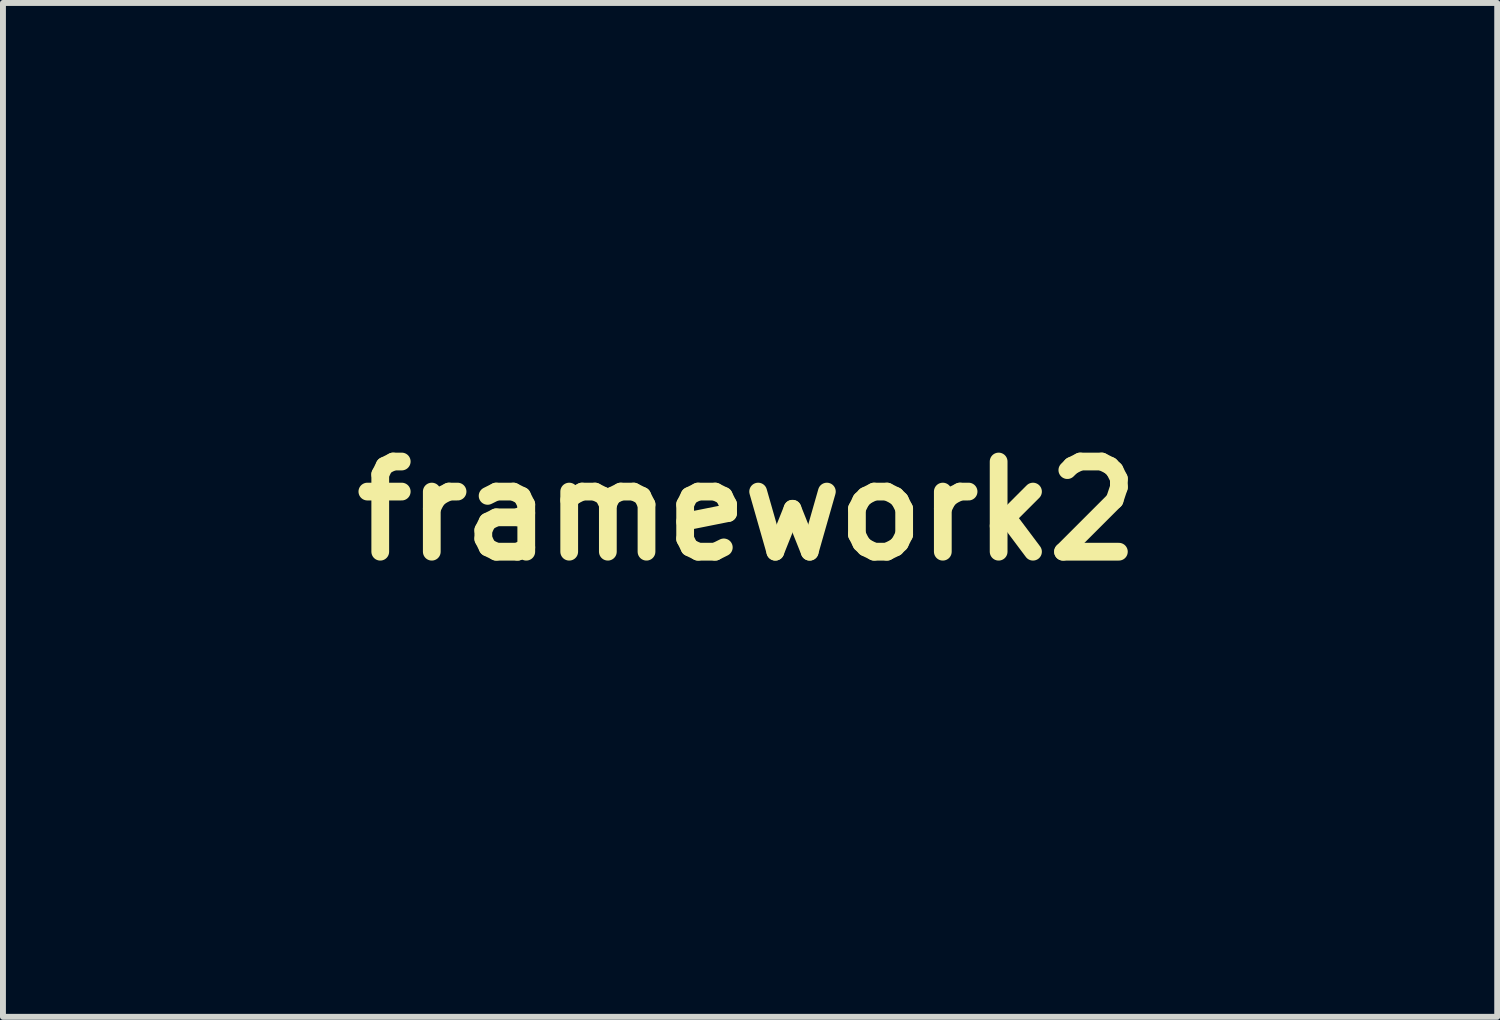
<source format=kicad_pcb>
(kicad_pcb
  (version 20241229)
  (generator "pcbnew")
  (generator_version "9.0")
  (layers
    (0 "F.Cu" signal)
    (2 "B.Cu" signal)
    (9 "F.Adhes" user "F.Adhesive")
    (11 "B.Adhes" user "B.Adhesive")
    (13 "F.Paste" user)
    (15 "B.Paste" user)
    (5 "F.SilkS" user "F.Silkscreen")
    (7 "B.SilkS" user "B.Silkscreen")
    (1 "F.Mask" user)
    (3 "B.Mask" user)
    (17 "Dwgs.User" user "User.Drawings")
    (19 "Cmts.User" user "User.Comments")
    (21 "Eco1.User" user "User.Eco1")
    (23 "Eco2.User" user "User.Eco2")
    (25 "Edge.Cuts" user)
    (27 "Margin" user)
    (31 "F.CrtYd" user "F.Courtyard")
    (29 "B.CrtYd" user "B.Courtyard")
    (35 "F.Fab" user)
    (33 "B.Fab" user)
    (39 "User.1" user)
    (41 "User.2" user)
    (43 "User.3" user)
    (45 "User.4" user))
  (footprint "framework2"
    (layer "F.Cu")
    (at 9.581 5.584)
    (property "Reference" "framework2" (at 0 0 0) (layer "F.SilkS") (effects (font (size 1.524 1.524) (thickness 0.3))))
    (attr through_hole)
    (fp_poly (pts (xy -7.227 -5.573) (xy -7.043 -5.515) (xy -6.969 -5.37) (xy -6.956 -5.072) (xy -6.959 -5.029) (xy -6.982 -4.78) (xy -7.032 -4.653) (xy -7.137 -4.601) (xy -7.239 -4.586) (xy -7.513 -4.517) (xy -7.658 -4.365) (xy -7.704 -4.095) (xy -7.705 -4.057) (xy -7.705 -3.731) (xy -6.054 -3.683) (xy -6.027 -3.31) (xy -6 -2.937) (xy -5.84 -3.2) (xy -5.559 -3.503) (xy -5.144 -3.708) (xy -4.932 -3.764) (xy -4.745 -3.793) (xy -4.67 -3.742) (xy -4.657 -3.575) (xy -4.657 -3.569) (xy -4.657 -3.314) (xy -4.289 -3.52) (xy -3.834 -3.7) (xy -3.326 -3.781) (xy -2.81 -3.767) (xy -2.328 -3.66) (xy -1.926 -3.465) (xy -1.753 -3.32) (xy -1.623 -3.166) (xy -1.525 -2.994) (xy -1.453 -2.779) (xy -1.405 -2.497) (xy -1.375 -2.122) (xy -1.359 -1.63) (xy -1.355 -0.996) (xy -1.355 -0.911) (xy -1.355 0.677) (xy -2.194 0.677) (xy -2.373 1.278) (xy -2.453 1.574) (xy -2.501 1.804) (xy -2.507 1.922) (xy -2.504 1.927) (xy -2.463 1.902) (xy -2.455 1.829) (xy -2.394 1.687) (xy -2.234 1.479) (xy -2.012 1.243) (xy -1.765 1.014) (xy -1.531 0.828) (xy -1.346 0.722) (xy -1.322 0.714) (xy -1.101 0.659) (xy -1.101 -0.98) (xy 0.101 -0.98) (xy 0.104 -0.79) (xy 0.127 0.532) (xy 0.481 0.636) (xy 0.79 0.752) (xy 1.091 0.9) (xy 1.131 0.924) (xy 1.411 1.161) (xy 1.679 1.495) (xy 1.891 1.861) (xy 1.998 2.171) (xy 2.042 2.361) (xy 2.08 2.454) (xy 2.084 2.455) (xy 2.097 2.376) (xy 2.108 2.163) (xy 2.115 1.851) (xy 2.117 1.589) (xy 6.265 1.589) (xy 6.268 1.987) (xy 6.274 2.312) (xy 6.283 2.532) (xy 6.295 2.618) (xy 6.296 2.618) (xy 6.359 2.542) (xy 6.507 2.362) (xy 6.719 2.104) (xy 6.973 1.795) (xy 6.987 1.778) (xy 7.253 1.453) (xy 7.49 1.166) (xy 7.672 0.947) (xy 7.771 0.828) (xy 7.831 0.744) (xy 7.799 0.708) (xy 7.647 0.711) (xy 7.482 0.728) (xy 7.017 0.722) (xy 6.668 0.649) (xy 6.265 0.525) (xy 6.265 1.589) (xy 2.117 1.589) (xy 2.117 1.566) (xy 2.117 0.677) (xy 1.524 0.677) (xy 1.524 -0.893) (xy 1.523 -1.444) (xy 1.52 -1.853) (xy 1.509 -2.143) (xy 1.49 -2.341) (xy 1.48 -2.384) (xy 2.709 -2.384) (xy 2.709 0.583) (xy 3.429 0.635) (xy 3.455 1.051) (xy 3.482 1.467) (xy 3.641 1.205) (xy 3.791 1.004) (xy 3.942 0.867) (xy 3.954 0.861) (xy 4.006 0.822) (xy 4.044 0.753) (xy 4.068 0.632) (xy 4.081 0.436) (xy 4.084 0.141) (xy 4.078 -0.276) (xy 4.065 -0.837) (xy 4.064 -0.878) (xy 4.047 -1.485) (xy 4.026 -1.945) (xy 4.015 -2.077) (xy 6.435 -2.077) (xy 6.513 -2.058) (xy 6.726 -2.043) (xy 7.035 -2.034) (xy 7.281 -2.032) (xy 7.674 -2.036) (xy 7.926 -2.051) (xy 8.066 -2.081) (xy 8.122 -2.13) (xy 8.128 -2.163) (xy 8.072 -2.388) (xy 7.937 -2.639) (xy 7.77 -2.834) (xy 7.709 -2.876) (xy 7.399 -2.958) (xy 7.065 -2.919) (xy 6.868 -2.825) (xy 6.723 -2.672) (xy 6.574 -2.444) (xy 6.465 -2.212) (xy 6.435 -2.077) (xy 4.015 -2.077) (xy 3.996 -2.28) (xy 3.95 -2.512) (xy 3.882 -2.663) (xy 3.784 -2.754) (xy 3.652 -2.808) (xy 3.495 -2.844) (xy 3.295 -2.859) (xy 3.13 -2.786) (xy 2.967 -2.641) (xy 2.709 -2.384) (xy 1.48 -2.384) (xy 1.458 -2.473) (xy 1.411 -2.564) (xy 1.346 -2.641) (xy 1.316 -2.671) (xy 1.081 -2.838) (xy 0.82 -2.867) (xy 0.552 -2.795) (xy 0.388 -2.703) (xy 0.266 -2.555) (xy 0.181 -2.33) (xy 0.128 -2.007) (xy 0.103 -1.564) (xy 0.101 -0.98) (xy -1.101 -0.98) (xy -1.101 -3.725) (xy 0.085 -3.725) (xy 0.085 -3.202) (xy 0.341 -3.418) (xy 0.692 -3.632) (xy 1.114 -3.773) (xy 1.421 -3.81) (xy 1.744 -3.749) (xy 2.073 -3.593) (xy 2.324 -3.382) (xy 2.339 -3.363) (xy 2.498 -3.152) (xy 2.771 -3.392) (xy 3.205 -3.669) (xy 3.682 -3.788) (xy 4.177 -3.745) (xy 4.46 -3.646) (xy 4.741 -3.483) (xy 4.941 -3.269) (xy 5.087 -2.964) (xy 5.204 -2.529) (xy 5.204 -2.529) (xy 5.262 -2.285) (xy 5.306 -2.153) (xy 5.327 -2.158) (xy 5.327 -2.164) (xy 5.394 -2.44) (xy 5.551 -2.769) (xy 5.764 -3.092) (xy 5.996 -3.351) (xy 6.084 -3.421) (xy 6.566 -3.662) (xy 7.1 -3.774) (xy 7.645 -3.76) (xy 8.16 -3.619) (xy 8.601 -3.354) (xy 8.615 -3.343) (xy 8.929 -2.991) (xy 9.142 -2.551) (xy 9.267 -1.993) (xy 9.288 -1.808) (xy 9.338 -1.27) (xy 7.886 -1.27) (xy 7.359 -1.269) (xy 6.978 -1.265) (xy 6.72 -1.254) (xy 6.559 -1.235) (xy 6.474 -1.203) (xy 6.441 -1.157) (xy 6.435 -1.096) (xy 6.497 -0.823) (xy 6.655 -0.534) (xy 6.862 -0.312) (xy 6.876 -0.301) (xy 7.182 -0.182) (xy 7.52 -0.196) (xy 7.833 -0.332) (xy 8.027 -0.521) (xy 8.127 -0.611) (xy 8.297 -0.659) (xy 8.579 -0.677) (xy 8.689 -0.677) (xy 8.984 -0.674) (xy 9.143 -0.656) (xy 9.201 -0.609) (xy 9.192 -0.52) (xy 9.182 -0.487) (xy 9.039 -0.196) (xy 8.804 0.11) (xy 8.533 0.364) (xy 8.441 0.427) (xy 8.181 0.585) (xy 8.828 0.61) (xy 9.475 0.635) (xy 8.63 1.54) (xy 7.785 2.445) (xy 8.532 3.656) (xy 8.797 4.086) (xy 9.045 4.49) (xy 9.257 4.835) (xy 9.413 5.088) (xy 9.473 5.186) (xy 9.666 5.503) (xy 8.146 5.503) (xy 6.902 3.308) (xy 6.584 3.618) (xy 6.265 3.929) (xy 6.265 5.503) (xy 4.911 5.503) (xy 4.911 1.756) (xy 4.551 1.814) (xy 4.126 1.935) (xy 3.813 2.157) (xy 3.663 2.347) (xy 3.606 2.457) (xy 3.564 2.61) (xy 3.534 2.831) (xy 3.512 3.148) (xy 3.496 3.586) (xy 3.486 4.039) (xy 3.457 5.503) (xy 2.117 5.503) (xy 2.111 4.551) (xy 2.108 4.141) (xy 2.102 3.883) (xy 2.089 3.76) (xy 2.066 3.755) (xy 2.028 3.85) (xy 1.985 3.987) (xy 1.794 4.391) (xy 1.491 4.792) (xy 1.124 5.134) (xy 0.815 5.329) (xy 0.385 5.472) (xy -0.127 5.545) (xy -0.644 5.542) (xy -1.032 5.475) (xy -1.602 5.234) (xy -2.06 4.869) (xy -2.402 4.387) (xy -2.622 3.797) (xy -2.714 3.106) (xy -2.715 3.048) (xy -1.345 3.048) (xy -1.311 3.448) (xy -1.237 3.801) (xy -1.129 4.047) (xy -1.127 4.051) (xy -0.823 4.342) (xy -0.462 4.497) (xy -0.079 4.506) (xy 0.275 4.371) (xy 0.487 4.149) (xy 0.643 3.81) (xy 0.736 3.395) (xy 0.76 2.948) (xy 0.71 2.512) (xy 0.591 2.156) (xy 0.361 1.844) (xy 0.058 1.659) (xy -0.282 1.598) (xy -0.625 1.658) (xy -0.936 1.836) (xy -1.179 2.128) (xy -1.275 2.343) (xy -1.335 2.66) (xy -1.345 3.048) (xy -2.715 3.048) (xy -2.716 3.013) (xy -2.723 2.498) (xy -2.934 3.175) (xy -3.058 3.575) (xy -3.205 4.054) (xy -3.35 4.527) (xy -3.396 4.678) (xy -3.648 5.503) (xy -5.068 5.503) (xy -5.203 4.889) (xy -5.275 4.561) (xy -5.371 4.125) (xy -5.478 3.639) (xy -5.581 3.175) (xy -5.672 2.783) (xy -5.754 2.472) (xy -5.819 2.267) (xy -5.86 2.194) (xy -5.866 2.201) (xy -5.905 2.349) (xy -5.962 2.602) (xy -6.011 2.836) (xy -6.071 3.12) (xy -6.159 3.516) (xy -6.262 3.971) (xy -6.367 4.427) (xy -6.621 5.51) (xy -8.08 5.461) (xy -9.417 0.783) (xy -8.021 0.783) (xy -7.992 0.897) (xy -7.934 1.148) (xy -7.854 1.507) (xy -7.76 1.946) (xy -7.67 2.371) (xy -7.565 2.864) (xy -7.47 3.313) (xy -7.391 3.685) (xy -7.333 3.949) (xy -7.307 4.064) (xy -7.291 4.14) (xy -7.277 4.192) (xy -7.262 4.204) (xy -7.238 4.158) (xy -7.203 4.035) (xy -7.149 3.819) (xy -7.072 3.492) (xy -6.968 3.036) (xy -6.83 2.432) (xy -6.825 2.413) (xy -6.719 1.953) (xy -6.623 1.535) (xy -6.543 1.194) (xy -6.489 0.967) (xy -6.475 0.91) (xy -6.448 0.768) (xy -6.489 0.7) (xy -6.634 0.679) (xy -6.806 0.677) (xy -7.197 0.677) (xy -7.197 -0.605) (xy -6.011 -0.605) (xy -6.011 0.584) (xy -5.572 0.609) (xy -5.132 0.635) (xy -4.746 2.39) (xy -4.611 2.987) (xy -4.495 3.457) (xy -4.403 3.788) (xy -4.337 3.971) (xy -4.299 3.998) (xy -4.261 3.871) (xy -4.194 3.609) (xy -4.105 3.239) (xy -4 2.792) (xy -3.914 2.413) (xy -2.709 2.413) (xy -2.667 2.455) (xy -2.625 2.413) (xy -2.667 2.371) (xy -2.709 2.413) (xy -3.914 2.413) (xy -3.897 2.338) (xy -3.789 1.856) (xy -3.695 1.434) (xy -3.621 1.098) (xy -3.572 0.876) (xy -3.556 0.793) (xy -3.628 0.768) (xy -3.737 0.762) (xy -4.208 0.687) (xy -4.453 0.558) (xy -2.852 0.558) (xy -2.816 0.589) (xy -2.683 0.593) (xy -2.501 0.551) (xy -2.455 0.466) (xy -2.491 0.356) (xy -2.607 0.376) (xy -2.747 0.468) (xy -2.852 0.558) (xy -4.453 0.558) (xy -4.606 0.478) (xy -4.911 0.161) (xy -5.1 -0.238) (xy -5.15 -0.677) (xy -3.979 -0.677) (xy -3.911 -0.389) (xy -3.73 -0.19) (xy -3.475 -0.091) (xy -3.184 -0.104) (xy -2.896 -0.239) (xy -2.787 -0.332) (xy -2.608 -0.564) (xy -2.543 -0.823) (xy -2.54 -0.925) (xy -2.54 -1.27) (xy -3.09 -1.27) (xy -3.51 -1.235) (xy -3.789 -1.122) (xy -3.94 -0.924) (xy -3.979 -0.677) (xy -5.15 -0.677) (xy -5.152 -0.692) (xy -5.128 -0.887) (xy -4.975 -1.286) (xy -4.682 -1.599) (xy -4.245 -1.825) (xy -3.664 -1.966) (xy -3.239 -2.011) (xy -2.54 -2.056) (xy -2.54 -2.34) (xy -2.612 -2.649) (xy -2.805 -2.867) (xy -3.091 -2.962) (xy -3.138 -2.963) (xy -3.493 -2.902) (xy -3.734 -2.719) (xy -3.813 -2.573) (xy -3.87 -2.458) (xy -3.958 -2.398) (xy -4.122 -2.379) (xy -4.409 -2.387) (xy -4.423 -2.388) (xy -4.742 -2.416) (xy -4.905 -2.466) (xy -4.932 -2.519) (xy -4.977 -2.603) (xy -5.133 -2.618) (xy -5.354 -2.564) (xy -5.496 -2.501) (xy -5.683 -2.376) (xy -5.82 -2.202) (xy -5.915 -1.957) (xy -5.974 -1.615) (xy -6.004 -1.152) (xy -6.011 -0.605) (xy -7.197 -0.605) (xy -7.197 -2.794) (xy -7.705 -2.794) (xy -7.705 -1.058) (xy -7.705 -0.475) (xy -7.708 -0.04) (xy -7.716 0.269) (xy -7.731 0.473) (xy -7.754 0.595) (xy -7.79 0.655) (xy -7.838 0.675) (xy -7.883 0.677) (xy -8.013 0.717) (xy -8.021 0.783) (xy -9.417 0.783) (xy -9.459 0.635) (xy -9.175 0.609) (xy -8.89 0.582) (xy -8.89 -2.784) (xy -9.207 -2.81) (xy -9.525 -2.836) (xy -9.576 -3.725) (xy -8.89 -3.725) (xy -8.888 -4.128) (xy -8.823 -4.63) (xy -8.639 -5.038) (xy -8.348 -5.333) (xy -8.194 -5.42) (xy -7.873 -5.526) (xy -7.53 -5.579) (xy -7.227 -5.573)) (stroke (width 0.01) (type solid)) (fill yes) (layer "F.Mask")))
  (gr_rect
    (start -3 -3)
    (end 22.252 14.134)
    (stroke (width 0.1) (type default))
    (fill no)
    (layer "Edge.Cuts")))
</source>
